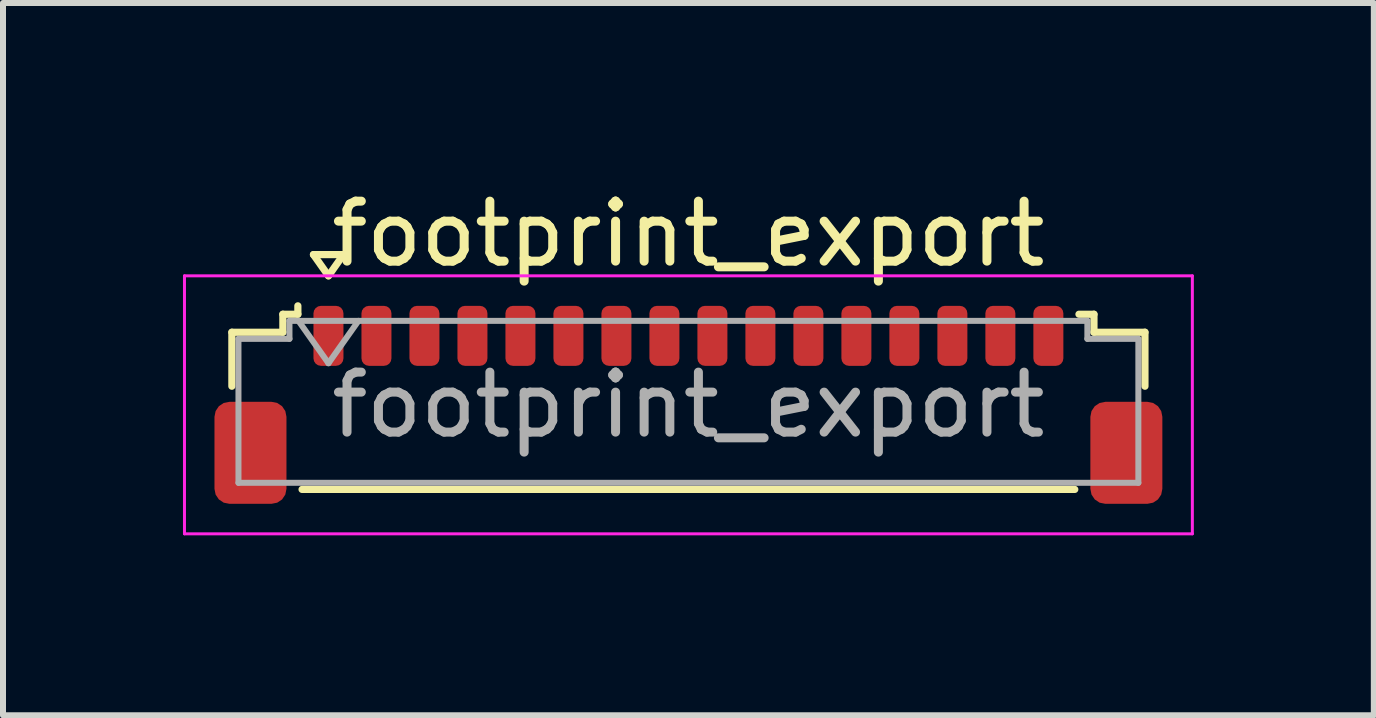
<source format=kicad_pcb>
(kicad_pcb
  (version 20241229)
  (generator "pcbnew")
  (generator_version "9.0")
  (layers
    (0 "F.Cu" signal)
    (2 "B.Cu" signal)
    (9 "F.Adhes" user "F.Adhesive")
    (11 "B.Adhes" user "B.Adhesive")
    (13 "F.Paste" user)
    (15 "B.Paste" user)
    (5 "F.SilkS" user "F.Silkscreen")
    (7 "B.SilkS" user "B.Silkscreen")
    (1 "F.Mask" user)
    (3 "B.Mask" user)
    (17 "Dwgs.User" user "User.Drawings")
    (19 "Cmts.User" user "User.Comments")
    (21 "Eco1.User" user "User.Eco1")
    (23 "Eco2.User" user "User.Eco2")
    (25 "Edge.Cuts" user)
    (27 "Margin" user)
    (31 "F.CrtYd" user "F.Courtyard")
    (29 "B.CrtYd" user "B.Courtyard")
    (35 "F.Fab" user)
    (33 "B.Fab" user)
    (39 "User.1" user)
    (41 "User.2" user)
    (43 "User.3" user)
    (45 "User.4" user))
  (footprint "footprint_export"
    (layer "F.Cu")
    (at 8.425 3.698)
    (property "Reference" "footprint_export" (at 0 -2.85 0) (layer "F.SilkS") (effects (font (size 1 1) (thickness 0.15))))
    (attr smd)
    (fp_line (start -7.61 -1.21) (end -6.76 -1.21) (stroke (width 0.12) (type solid)) (layer "F.SilkS"))
    (fp_line (start -7.61 -0.31) (end -7.61 -1.21) (stroke (width 0.12) (type solid)) (layer "F.SilkS"))
    (fp_line (start -6.76 -1.51) (end -6.51 -1.51) (stroke (width 0.12) (type solid)) (layer "F.SilkS"))
    (fp_line (start -6.76 -1.21) (end -6.76 -1.51) (stroke (width 0.12) (type solid)) (layer "F.SilkS"))
    (fp_line (start -6.51 -1.51) (end -6.51 -1.65) (stroke (width 0.12) (type solid)) (layer "F.SilkS"))
    (fp_line (start -6.44 1.41) (end 6.44 1.41) (stroke (width 0.12) (type solid)) (layer "F.SilkS"))
    (fp_line (start -6.25 -2.504) (end -6 -2.15) (stroke (width 0.12) (type solid)) (layer "F.SilkS"))
    (fp_line (start -6 -2.15) (end -5.75 -2.504) (stroke (width 0.12) (type solid)) (layer "F.SilkS"))
    (fp_line (start -5.75 -2.504) (end -6.25 -2.504) (stroke (width 0.12) (type solid)) (layer "F.SilkS"))
    (fp_line (start 6.76 -1.51) (end 6.51 -1.51) (stroke (width 0.12) (type solid)) (layer "F.SilkS"))
    (fp_line (start 6.76 -1.21) (end 6.76 -1.51) (stroke (width 0.12) (type solid)) (layer "F.SilkS"))
    (fp_line (start 7.61 -1.21) (end 6.76 -1.21) (stroke (width 0.12) (type solid)) (layer "F.SilkS"))
    (fp_line (start 7.61 -0.31) (end 7.61 -1.21) (stroke (width 0.12) (type solid)) (layer "F.SilkS"))
    (fp_line (start -8.4 -2.15) (end -8.4 2.15) (stroke (width 0.05) (type solid)) (layer "F.CrtYd"))
    (fp_line (start -8.4 2.15) (end 8.4 2.15) (stroke (width 0.05) (type solid)) (layer "F.CrtYd"))
    (fp_line (start 8.4 -2.15) (end -8.4 -2.15) (stroke (width 0.05) (type solid)) (layer "F.CrtYd"))
    (fp_line (start 8.4 2.15) (end 8.4 -2.15) (stroke (width 0.05) (type solid)) (layer "F.CrtYd"))
    (fp_line (start -7.5 -1.1) (end -7.5 1.3) (stroke (width 0.1) (type solid)) (layer "F.Fab"))
    (fp_line (start -7.5 -1.1) (end -6.65 -1.1) (stroke (width 0.1) (type solid)) (layer "F.Fab"))
    (fp_line (start -7.5 1.3) (end 7.5 1.3) (stroke (width 0.1) (type solid)) (layer "F.Fab"))
    (fp_line (start -6.65 -1.4) (end 6.65 -1.4) (stroke (width 0.1) (type solid)) (layer "F.Fab"))
    (fp_line (start -6.65 -1.1) (end -6.65 -1.4) (stroke (width 0.1) (type solid)) (layer "F.Fab"))
    (fp_line (start -6.5 -1.4) (end -6 -0.693) (stroke (width 0.1) (type solid)) (layer "F.Fab"))
    (fp_line (start -6 -0.693) (end -5.5 -1.4) (stroke (width 0.1) (type solid)) (layer "F.Fab"))
    (fp_line (start 6.65 -1.4) (end 6.65 -1.1) (stroke (width 0.1) (type solid)) (layer "F.Fab"))
    (fp_line (start 6.65 -1.1) (end 7.5 -1.1) (stroke (width 0.1) (type solid)) (layer "F.Fab"))
    (fp_line (start 7.5 -1.1) (end 7.5 1.3) (stroke (width 0.1) (type solid)) (layer "F.Fab"))
    (fp_text user "${REFERENCE}" (at 0 0 0) (layer "F.Fab") (effects (font (size 1 1) (thickness 0.15))))
    (pad "1" smd roundrect (at -6 -1.15) (size 0.5 1) (layers "F.Cu" "F.Mask" "F.Paste") (roundrect_rratio 0.25))
    (pad "2" smd roundrect (at -5.2 -1.15) (size 0.5 1) (layers "F.Cu" "F.Mask" "F.Paste") (roundrect_rratio 0.25))
    (pad "3" smd roundrect (at -4.4 -1.15) (size 0.5 1) (layers "F.Cu" "F.Mask" "F.Paste") (roundrect_rratio 0.25))
    (pad "4" smd roundrect (at -3.6 -1.15) (size 0.5 1) (layers "F.Cu" "F.Mask" "F.Paste") (roundrect_rratio 0.25))
    (pad "5" smd roundrect (at -2.8 -1.15) (size 0.5 1) (layers "F.Cu" "F.Mask" "F.Paste") (roundrect_rratio 0.25))
    (pad "6" smd roundrect (at -2 -1.15) (size 0.5 1) (layers "F.Cu" "F.Mask" "F.Paste") (roundrect_rratio 0.25))
    (pad "7" smd roundrect (at -1.2 -1.15) (size 0.5 1) (layers "F.Cu" "F.Mask" "F.Paste") (roundrect_rratio 0.25))
    (pad "8" smd roundrect (at -0.4 -1.15) (size 0.5 1) (layers "F.Cu" "F.Mask" "F.Paste") (roundrect_rratio 0.25))
    (pad "9" smd roundrect (at 0.4 -1.15) (size 0.5 1) (layers "F.Cu" "F.Mask" "F.Paste") (roundrect_rratio 0.25))
    (pad "10" smd roundrect (at 1.2 -1.15) (size 0.5 1) (layers "F.Cu" "F.Mask" "F.Paste") (roundrect_rratio 0.25))
    (pad "11" smd roundrect (at 2 -1.15) (size 0.5 1) (layers "F.Cu" "F.Mask" "F.Paste") (roundrect_rratio 0.25))
    (pad "12" smd roundrect (at 2.8 -1.15) (size 0.5 1) (layers "F.Cu" "F.Mask" "F.Paste") (roundrect_rratio 0.25))
    (pad "13" smd roundrect (at 3.6 -1.15) (size 0.5 1) (layers "F.Cu" "F.Mask" "F.Paste") (roundrect_rratio 0.25))
    (pad "14" smd roundrect (at 4.4 -1.15) (size 0.5 1) (layers "F.Cu" "F.Mask" "F.Paste") (roundrect_rratio 0.25))
    (pad "15" smd roundrect (at 5.2 -1.15) (size 0.5 1) (layers "F.Cu" "F.Mask" "F.Paste") (roundrect_rratio 0.25))
    (pad "16" smd roundrect (at 6 -1.15) (size 0.5 1) (layers "F.Cu" "F.Mask" "F.Paste") (roundrect_rratio 0.25))
    (pad "MP" smd roundrect (at -7.3 0.8) (size 1.2 1.7) (layers "F.Cu" "F.Mask" "F.Paste") (roundrect_rratio 0.208))
    (pad "MP" smd roundrect (at 7.3 0.8) (size 1.2 1.7) (layers "F.Cu" "F.Mask" "F.Paste") (roundrect_rratio 0.208)))
  (gr_rect
    (start -3 -3)
    (end 19.85 8.873)
    (stroke (width 0.1) (type default))
    (fill no)
    (layer "Edge.Cuts")))
</source>
